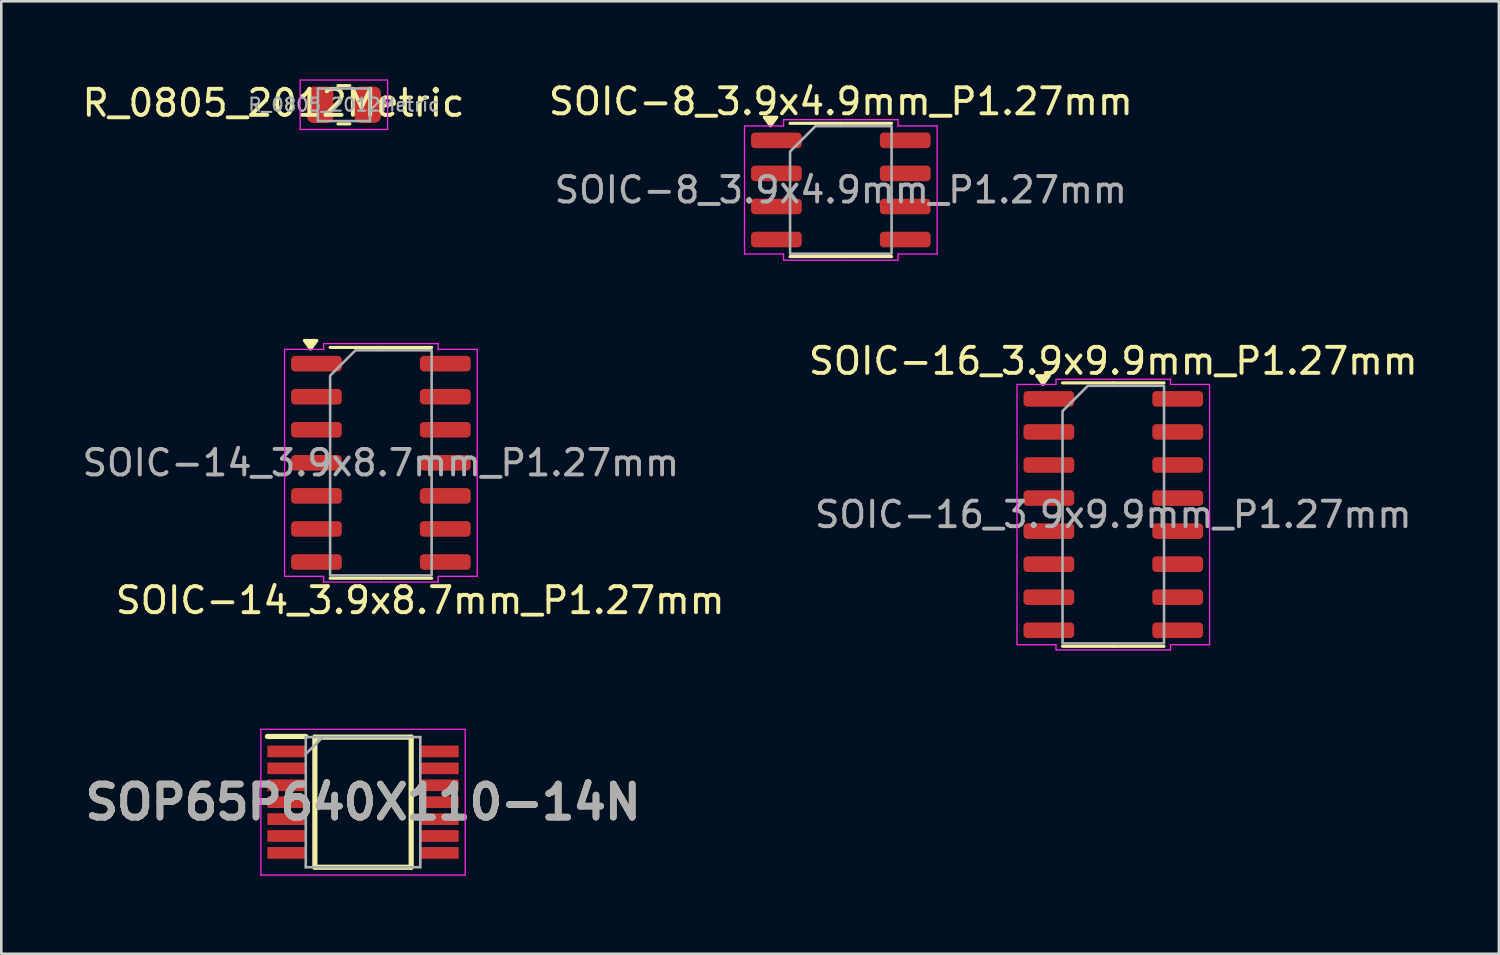
<source format=kicad_pcb>
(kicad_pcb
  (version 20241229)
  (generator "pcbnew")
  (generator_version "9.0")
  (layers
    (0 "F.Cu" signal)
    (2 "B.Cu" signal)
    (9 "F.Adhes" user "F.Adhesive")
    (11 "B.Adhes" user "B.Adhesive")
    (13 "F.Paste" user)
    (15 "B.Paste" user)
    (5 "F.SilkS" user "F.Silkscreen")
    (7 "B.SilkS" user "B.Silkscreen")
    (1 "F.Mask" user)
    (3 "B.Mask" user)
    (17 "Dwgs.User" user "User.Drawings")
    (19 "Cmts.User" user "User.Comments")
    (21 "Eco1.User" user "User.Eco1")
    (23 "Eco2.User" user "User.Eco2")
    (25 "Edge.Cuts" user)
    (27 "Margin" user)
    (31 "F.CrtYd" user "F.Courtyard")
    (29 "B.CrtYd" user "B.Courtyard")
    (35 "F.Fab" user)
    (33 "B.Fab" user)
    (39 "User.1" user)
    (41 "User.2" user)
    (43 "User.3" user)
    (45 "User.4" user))
  (footprint "SOIC-14_3.9x8.7mm_P1.27mm"
    (layer "F.Cu")
    (at 11.584 14.733)
    (property "Reference" "SOIC-14_3.9x8.7mm_P1.27mm" (at 1.51 5.283 0) (layer "F.SilkS") (effects (font (size 1 1) (thickness 0.15))))
    (attr smd)
    (fp_line (start 0 -4.435) (end -1.95 -4.435) (stroke (width 0.12) (type solid)) (layer "F.SilkS"))
    (fp_line (start 0 -4.435) (end 1.95 -4.435) (stroke (width 0.12) (type solid)) (layer "F.SilkS"))
    (fp_line (start 0 4.435) (end -1.95 4.435) (stroke (width 0.12) (type solid)) (layer "F.SilkS"))
    (fp_line (start 0 4.435) (end 1.95 4.435) (stroke (width 0.12) (type solid)) (layer "F.SilkS"))
    (fp_poly (pts (xy -2.7 -4.37) (xy -2.94 -4.7) (xy -2.46 -4.7)) (stroke (width 0.12) (type solid)) (fill yes) (layer "F.SilkS"))
    (fp_line (start -3.7 -4.36) (end -2.2 -4.36) (stroke (width 0.05) (type solid)) (layer "F.CrtYd"))
    (fp_line (start -3.7 4.36) (end -3.7 -4.36) (stroke (width 0.05) (type solid)) (layer "F.CrtYd"))
    (fp_line (start -2.2 -4.58) (end 2.2 -4.58) (stroke (width 0.05) (type solid)) (layer "F.CrtYd"))
    (fp_line (start -2.2 -4.36) (end -2.2 -4.58) (stroke (width 0.05) (type solid)) (layer "F.CrtYd"))
    (fp_line (start -2.2 4.36) (end -3.7 4.36) (stroke (width 0.05) (type solid)) (layer "F.CrtYd"))
    (fp_line (start -2.2 4.58) (end -2.2 4.36) (stroke (width 0.05) (type solid)) (layer "F.CrtYd"))
    (fp_line (start 2.2 -4.58) (end 2.2 -4.36) (stroke (width 0.05) (type solid)) (layer "F.CrtYd"))
    (fp_line (start 2.2 -4.36) (end 3.7 -4.36) (stroke (width 0.05) (type solid)) (layer "F.CrtYd"))
    (fp_line (start 2.2 4.36) (end 2.2 4.58) (stroke (width 0.05) (type solid)) (layer "F.CrtYd"))
    (fp_line (start 2.2 4.58) (end -2.2 4.58) (stroke (width 0.05) (type solid)) (layer "F.CrtYd"))
    (fp_line (start 3.7 -4.36) (end 3.7 4.36) (stroke (width 0.05) (type solid)) (layer "F.CrtYd"))
    (fp_line (start 3.7 4.36) (end 2.2 4.36) (stroke (width 0.05) (type solid)) (layer "F.CrtYd"))
    (fp_poly (pts (xy -1.95 -3.35) (xy -1.95 4.325) (xy 1.95 4.325) (xy 1.95 -4.325) (xy -0.975 -4.325)) (stroke (width 0.1) (type solid)) (fill no) (layer "F.Fab"))
    (fp_text user "${REFERENCE}" (at 0 0 0) (layer "F.Fab") (effects (font (size 0.98 0.98) (thickness 0.15))))
    (pad "1" smd roundrect (at -2.475 -3.81) (size 1.95 0.6) (layers "F.Cu" "F.Mask" "F.Paste") (roundrect_rratio 0.25))
    (pad "2" smd roundrect (at -2.475 -2.54) (size 1.95 0.6) (layers "F.Cu" "F.Mask" "F.Paste") (roundrect_rratio 0.25))
    (pad "3" smd roundrect (at -2.475 -1.27) (size 1.95 0.6) (layers "F.Cu" "F.Mask" "F.Paste") (roundrect_rratio 0.25))
    (pad "4" smd roundrect (at -2.475 0) (size 1.95 0.6) (layers "F.Cu" "F.Mask" "F.Paste") (roundrect_rratio 0.25))
    (pad "5" smd roundrect (at -2.475 1.27) (size 1.95 0.6) (layers "F.Cu" "F.Mask" "F.Paste") (roundrect_rratio 0.25))
    (pad "6" smd roundrect (at -2.475 2.54) (size 1.95 0.6) (layers "F.Cu" "F.Mask" "F.Paste") (roundrect_rratio 0.25))
    (pad "7" smd roundrect (at -2.475 3.81) (size 1.95 0.6) (layers "F.Cu" "F.Mask" "F.Paste") (roundrect_rratio 0.25))
    (pad "8" smd roundrect (at 2.475 3.81) (size 1.95 0.6) (layers "F.Cu" "F.Mask" "F.Paste") (roundrect_rratio 0.25))
    (pad "9" smd roundrect (at 2.475 2.54) (size 1.95 0.6) (layers "F.Cu" "F.Mask" "F.Paste") (roundrect_rratio 0.25))
    (pad "10" smd roundrect (at 2.475 1.27) (size 1.95 0.6) (layers "F.Cu" "F.Mask" "F.Paste") (roundrect_rratio 0.25))
    (pad "11" smd roundrect (at 2.475 0) (size 1.95 0.6) (layers "F.Cu" "F.Mask" "F.Paste") (roundrect_rratio 0.25))
    (pad "12" smd roundrect (at 2.475 -1.27) (size 1.95 0.6) (layers "F.Cu" "F.Mask" "F.Paste") (roundrect_rratio 0.25))
    (pad "13" smd roundrect (at 2.475 -2.54) (size 1.95 0.6) (layers "F.Cu" "F.Mask" "F.Paste") (roundrect_rratio 0.25))
    (pad "14" smd roundrect (at 2.475 -3.81) (size 1.95 0.6) (layers "F.Cu" "F.Mask" "F.Paste") (roundrect_rratio 0.25)))
  (footprint "SOIC-8_3.9x4.9mm_P1.27mm"
    (layer "F.Cu")
    (at 29.256 4.248)
    (property "Reference" "SOIC-8_3.9x4.9mm_P1.27mm" (at 0 -3.4 0) (layer "F.SilkS") (effects (font (size 1 1) (thickness 0.15))))
    (attr smd)
    (fp_line (start 0 -2.56) (end -1.95 -2.56) (stroke (width 0.12) (type solid)) (layer "F.SilkS"))
    (fp_line (start 0 -2.56) (end 1.95 -2.56) (stroke (width 0.12) (type solid)) (layer "F.SilkS"))
    (fp_line (start 0 2.56) (end -1.95 2.56) (stroke (width 0.12) (type solid)) (layer "F.SilkS"))
    (fp_line (start 0 2.56) (end 1.95 2.56) (stroke (width 0.12) (type solid)) (layer "F.SilkS"))
    (fp_poly (pts (xy -2.7 -2.465) (xy -2.94 -2.795) (xy -2.46 -2.795)) (stroke (width 0.12) (type solid)) (fill yes) (layer "F.SilkS"))
    (fp_line (start -3.7 -2.46) (end -2.2 -2.46) (stroke (width 0.05) (type solid)) (layer "F.CrtYd"))
    (fp_line (start -3.7 2.46) (end -3.7 -2.46) (stroke (width 0.05) (type solid)) (layer "F.CrtYd"))
    (fp_line (start -2.2 -2.7) (end 2.2 -2.7) (stroke (width 0.05) (type solid)) (layer "F.CrtYd"))
    (fp_line (start -2.2 -2.46) (end -2.2 -2.7) (stroke (width 0.05) (type solid)) (layer "F.CrtYd"))
    (fp_line (start -2.2 2.46) (end -3.7 2.46) (stroke (width 0.05) (type solid)) (layer "F.CrtYd"))
    (fp_line (start -2.2 2.7) (end -2.2 2.46) (stroke (width 0.05) (type solid)) (layer "F.CrtYd"))
    (fp_line (start 2.2 -2.7) (end 2.2 -2.46) (stroke (width 0.05) (type solid)) (layer "F.CrtYd"))
    (fp_line (start 2.2 -2.46) (end 3.7 -2.46) (stroke (width 0.05) (type solid)) (layer "F.CrtYd"))
    (fp_line (start 2.2 2.46) (end 2.2 2.7) (stroke (width 0.05) (type solid)) (layer "F.CrtYd"))
    (fp_line (start 2.2 2.7) (end -2.2 2.7) (stroke (width 0.05) (type solid)) (layer "F.CrtYd"))
    (fp_line (start 3.7 -2.46) (end 3.7 2.46) (stroke (width 0.05) (type solid)) (layer "F.CrtYd"))
    (fp_line (start 3.7 2.46) (end 2.2 2.46) (stroke (width 0.05) (type solid)) (layer "F.CrtYd"))
    (fp_poly (pts (xy -1.95 -1.475) (xy -1.95 2.45) (xy 1.95 2.45) (xy 1.95 -2.45) (xy -0.975 -2.45)) (stroke (width 0.1) (type solid)) (fill no) (layer "F.Fab"))
    (fp_text user "${REFERENCE}" (at 0 0 0) (layer "F.Fab") (effects (font (size 0.98 0.98) (thickness 0.15))))
    (pad "1" smd roundrect (at -2.475 -1.905) (size 1.95 0.6) (layers "F.Cu" "F.Mask" "F.Paste") (roundrect_rratio 0.25))
    (pad "2" smd roundrect (at -2.475 -0.635) (size 1.95 0.6) (layers "F.Cu" "F.Mask" "F.Paste") (roundrect_rratio 0.25))
    (pad "3" smd roundrect (at -2.475 0.635) (size 1.95 0.6) (layers "F.Cu" "F.Mask" "F.Paste") (roundrect_rratio 0.25))
    (pad "4" smd roundrect (at -2.475 1.905) (size 1.95 0.6) (layers "F.Cu" "F.Mask" "F.Paste") (roundrect_rratio 0.25))
    (pad "5" smd roundrect (at 2.475 1.905) (size 1.95 0.6) (layers "F.Cu" "F.Mask" "F.Paste") (roundrect_rratio 0.25))
    (pad "6" smd roundrect (at 2.475 0.635) (size 1.95 0.6) (layers "F.Cu" "F.Mask" "F.Paste") (roundrect_rratio 0.25))
    (pad "7" smd roundrect (at 2.475 -0.635) (size 1.95 0.6) (layers "F.Cu" "F.Mask" "F.Paste") (roundrect_rratio 0.25))
    (pad "8" smd roundrect (at 2.475 -1.905) (size 1.95 0.6) (layers "F.Cu" "F.Mask" "F.Paste") (roundrect_rratio 0.25)))
  (footprint "SOP65P640X110-14N"
    (layer "F.Cu")
    (at 10.898 27.771)
    (property "Reference" "SOP65P640X110-14N" (at 0 0 0) (layer "F.SilkS") (effects (font (size 1.27 1.27) (thickness 0.254))))
    (attr smd)
    (fp_line (start -3.675 -2.525) (end -2.2 -2.525) (stroke (width 0.2) (type solid)) (layer "F.SilkS"))
    (fp_line (start -1.85 -2.5) (end 1.85 -2.5) (stroke (width 0.2) (type solid)) (layer "F.SilkS"))
    (fp_line (start -1.85 2.5) (end -1.85 -2.5) (stroke (width 0.2) (type solid)) (layer "F.SilkS"))
    (fp_line (start 1.85 -2.5) (end 1.85 2.5) (stroke (width 0.2) (type solid)) (layer "F.SilkS"))
    (fp_line (start 1.85 2.5) (end -1.85 2.5) (stroke (width 0.2) (type solid)) (layer "F.SilkS"))
    (fp_line (start -3.925 -2.8) (end 3.925 -2.8) (stroke (width 0.05) (type solid)) (layer "F.CrtYd"))
    (fp_line (start -3.925 2.8) (end -3.925 -2.8) (stroke (width 0.05) (type solid)) (layer "F.CrtYd"))
    (fp_line (start 3.925 -2.8) (end 3.925 2.8) (stroke (width 0.05) (type solid)) (layer "F.CrtYd"))
    (fp_line (start 3.925 2.8) (end -3.925 2.8) (stroke (width 0.05) (type solid)) (layer "F.CrtYd"))
    (fp_line (start -2.2 -2.5) (end 2.2 -2.5) (stroke (width 0.1) (type solid)) (layer "F.Fab"))
    (fp_line (start -2.2 -1.85) (end -1.55 -2.5) (stroke (width 0.1) (type solid)) (layer "F.Fab"))
    (fp_line (start -2.2 2.5) (end -2.2 -2.5) (stroke (width 0.1) (type solid)) (layer "F.Fab"))
    (fp_line (start 2.2 -2.5) (end 2.2 2.5) (stroke (width 0.1) (type solid)) (layer "F.Fab"))
    (fp_line (start 2.2 2.5) (end -2.2 2.5) (stroke (width 0.1) (type solid)) (layer "F.Fab"))
    (fp_text user "${REFERENCE}" (at 0 0 0) (layer "F.Fab") (effects (font (size 1.27 1.27) (thickness 0.254))))
    (pad "1" smd rect (at -2.938 -1.95 90) (size 0.45 1.475) (layers "F.Cu" "F.Mask" "F.Paste"))
    (pad "2" smd rect (at -2.938 -1.3 90) (size 0.45 1.475) (layers "F.Cu" "F.Mask" "F.Paste"))
    (pad "3" smd rect (at -2.938 -0.65 90) (size 0.45 1.475) (layers "F.Cu" "F.Mask" "F.Paste"))
    (pad "4" smd rect (at -2.938 0 90) (size 0.45 1.475) (layers "F.Cu" "F.Mask" "F.Paste"))
    (pad "5" smd rect (at -2.938 0.65 90) (size 0.45 1.475) (layers "F.Cu" "F.Mask" "F.Paste"))
    (pad "6" smd rect (at -2.938 1.3 90) (size 0.45 1.475) (layers "F.Cu" "F.Mask" "F.Paste"))
    (pad "7" smd rect (at -2.938 1.95 90) (size 0.45 1.475) (layers "F.Cu" "F.Mask" "F.Paste"))
    (pad "8" smd rect (at 2.938 1.95 90) (size 0.45 1.475) (layers "F.Cu" "F.Mask" "F.Paste"))
    (pad "9" smd rect (at 2.938 1.3 90) (size 0.45 1.475) (layers "F.Cu" "F.Mask" "F.Paste"))
    (pad "10" smd rect (at 2.938 0.65 90) (size 0.45 1.475) (layers "F.Cu" "F.Mask" "F.Paste"))
    (pad "11" smd rect (at 2.938 0 90) (size 0.45 1.475) (layers "F.Cu" "F.Mask" "F.Paste"))
    (pad "12" smd rect (at 2.938 -0.65 90) (size 0.45 1.475) (layers "F.Cu" "F.Mask" "F.Paste"))
    (pad "13" smd rect (at 2.938 -1.3 90) (size 0.45 1.475) (layers "F.Cu" "F.Mask" "F.Paste"))
    (pad "14" smd rect (at 2.938 -1.95 90) (size 0.45 1.475) (layers "F.Cu" "F.Mask" "F.Paste")))
  (footprint "SOIC-16_3.9x9.9mm_P1.27mm"
    (layer "F.Cu")
    (at 39.724 16.721)
    (property "Reference" "SOIC-16_3.9x9.9mm_P1.27mm" (at 0 -5.9 0) (layer "F.SilkS") (effects (font (size 1 1) (thickness 0.15))))
    (attr smd)
    (fp_line (start 0 -5.06) (end -1.95 -5.06) (stroke (width 0.12) (type solid)) (layer "F.SilkS"))
    (fp_line (start 0 -5.06) (end 1.95 -5.06) (stroke (width 0.12) (type solid)) (layer "F.SilkS"))
    (fp_line (start 0 5.06) (end -1.95 5.06) (stroke (width 0.12) (type solid)) (layer "F.SilkS"))
    (fp_line (start 0 5.06) (end 1.95 5.06) (stroke (width 0.12) (type solid)) (layer "F.SilkS"))
    (fp_poly (pts (xy -2.7 -5.005) (xy -2.94 -5.335) (xy -2.46 -5.335)) (stroke (width 0.12) (type solid)) (fill yes) (layer "F.SilkS"))
    (fp_line (start -3.7 -5) (end -2.2 -5) (stroke (width 0.05) (type solid)) (layer "F.CrtYd"))
    (fp_line (start -3.7 5) (end -3.7 -5) (stroke (width 0.05) (type solid)) (layer "F.CrtYd"))
    (fp_line (start -2.2 -5.2) (end 2.2 -5.2) (stroke (width 0.05) (type solid)) (layer "F.CrtYd"))
    (fp_line (start -2.2 -5) (end -2.2 -5.2) (stroke (width 0.05) (type solid)) (layer "F.CrtYd"))
    (fp_line (start -2.2 5) (end -3.7 5) (stroke (width 0.05) (type solid)) (layer "F.CrtYd"))
    (fp_line (start -2.2 5.2) (end -2.2 5) (stroke (width 0.05) (type solid)) (layer "F.CrtYd"))
    (fp_line (start 2.2 -5.2) (end 2.2 -5) (stroke (width 0.05) (type solid)) (layer "F.CrtYd"))
    (fp_line (start 2.2 -5) (end 3.7 -5) (stroke (width 0.05) (type solid)) (layer "F.CrtYd"))
    (fp_line (start 2.2 5) (end 2.2 5.2) (stroke (width 0.05) (type solid)) (layer "F.CrtYd"))
    (fp_line (start 2.2 5.2) (end -2.2 5.2) (stroke (width 0.05) (type solid)) (layer "F.CrtYd"))
    (fp_line (start 3.7 -5) (end 3.7 5) (stroke (width 0.05) (type solid)) (layer "F.CrtYd"))
    (fp_line (start 3.7 5) (end 2.2 5) (stroke (width 0.05) (type solid)) (layer "F.CrtYd"))
    (fp_poly (pts (xy -1.95 -3.975) (xy -1.95 4.95) (xy 1.95 4.95) (xy 1.95 -4.95) (xy -0.975 -4.95)) (stroke (width 0.1) (type solid)) (fill no) (layer "F.Fab"))
    (fp_text user "${REFERENCE}" (at 0 0 0) (layer "F.Fab") (effects (font (size 0.98 0.98) (thickness 0.15))))
    (pad "1" smd roundrect (at -2.475 -4.445) (size 1.95 0.6) (layers "F.Cu" "F.Mask" "F.Paste") (roundrect_rratio 0.25))
    (pad "2" smd roundrect (at -2.475 -3.175) (size 1.95 0.6) (layers "F.Cu" "F.Mask" "F.Paste") (roundrect_rratio 0.25))
    (pad "3" smd roundrect (at -2.475 -1.905) (size 1.95 0.6) (layers "F.Cu" "F.Mask" "F.Paste") (roundrect_rratio 0.25))
    (pad "4" smd roundrect (at -2.475 -0.635) (size 1.95 0.6) (layers "F.Cu" "F.Mask" "F.Paste") (roundrect_rratio 0.25))
    (pad "5" smd roundrect (at -2.475 0.635) (size 1.95 0.6) (layers "F.Cu" "F.Mask" "F.Paste") (roundrect_rratio 0.25))
    (pad "6" smd roundrect (at -2.475 1.905) (size 1.95 0.6) (layers "F.Cu" "F.Mask" "F.Paste") (roundrect_rratio 0.25))
    (pad "7" smd roundrect (at -2.475 3.175) (size 1.95 0.6) (layers "F.Cu" "F.Mask" "F.Paste") (roundrect_rratio 0.25))
    (pad "8" smd roundrect (at -2.475 4.445) (size 1.95 0.6) (layers "F.Cu" "F.Mask" "F.Paste") (roundrect_rratio 0.25))
    (pad "9" smd roundrect (at 2.475 4.445) (size 1.95 0.6) (layers "F.Cu" "F.Mask" "F.Paste") (roundrect_rratio 0.25))
    (pad "10" smd roundrect (at 2.475 3.175) (size 1.95 0.6) (layers "F.Cu" "F.Mask" "F.Paste") (roundrect_rratio 0.25))
    (pad "11" smd roundrect (at 2.475 1.905) (size 1.95 0.6) (layers "F.Cu" "F.Mask" "F.Paste") (roundrect_rratio 0.25))
    (pad "12" smd roundrect (at 2.475 0.635) (size 1.95 0.6) (layers "F.Cu" "F.Mask" "F.Paste") (roundrect_rratio 0.25))
    (pad "13" smd roundrect (at 2.475 -0.635) (size 1.95 0.6) (layers "F.Cu" "F.Mask" "F.Paste") (roundrect_rratio 0.25))
    (pad "14" smd roundrect (at 2.475 -1.905) (size 1.95 0.6) (layers "F.Cu" "F.Mask" "F.Paste") (roundrect_rratio 0.25))
    (pad "15" smd roundrect (at 2.475 -3.175) (size 1.95 0.6) (layers "F.Cu" "F.Mask" "F.Paste") (roundrect_rratio 0.25))
    (pad "16" smd roundrect (at 2.475 -4.445) (size 1.95 0.6) (layers "F.Cu" "F.Mask" "F.Paste") (roundrect_rratio 0.25)))
  (footprint "R_0805_2012Metric"
    (layer "F.Cu")
    (at 10.163 0.975)
    (property "Reference" "R_0805_2012Metric" (at -2.705 -0.067 0) (layer "F.SilkS") (effects (font (size 1 1) (thickness 0.15))))
    (attr smd)
    (fp_line (start -0.227 -0.735) (end 0.227 -0.735) (stroke (width 0.12) (type solid)) (layer "F.SilkS"))
    (fp_line (start -0.227 0.735) (end 0.227 0.735) (stroke (width 0.12) (type solid)) (layer "F.SilkS"))
    (fp_line (start -1.68 -0.95) (end 1.68 -0.95) (stroke (width 0.05) (type solid)) (layer "F.CrtYd"))
    (fp_line (start -1.68 0.95) (end -1.68 -0.95) (stroke (width 0.05) (type solid)) (layer "F.CrtYd"))
    (fp_line (start 1.68 -0.95) (end 1.68 0.95) (stroke (width 0.05) (type solid)) (layer "F.CrtYd"))
    (fp_line (start 1.68 0.95) (end -1.68 0.95) (stroke (width 0.05) (type solid)) (layer "F.CrtYd"))
    (fp_line (start -1 -0.625) (end 1 -0.625) (stroke (width 0.1) (type solid)) (layer "F.Fab"))
    (fp_line (start -1 0.625) (end -1 -0.625) (stroke (width 0.1) (type solid)) (layer "F.Fab"))
    (fp_line (start 1 -0.625) (end 1 0.625) (stroke (width 0.1) (type solid)) (layer "F.Fab"))
    (fp_line (start 1 0.625) (end -1 0.625) (stroke (width 0.1) (type solid)) (layer "F.Fab"))
    (fp_text user "${REFERENCE}" (at 0 0 0) (layer "F.Fab") (effects (font (size 0.5 0.5) (thickness 0.08))))
    (pad "1" smd roundrect (at -0.912 0) (size 1.025 1.4) (layers "F.Cu" "F.Mask" "F.Paste") (roundrect_rratio 0.244))
    (pad "2" smd roundrect (at 0.912 0) (size 1.025 1.4) (layers "F.Cu" "F.Mask" "F.Paste") (roundrect_rratio 0.244)))
  (gr_rect
    (start -3 -3)
    (end 54.54 33.596)
    (stroke (width 0.1) (type default))
    (fill no)
    (layer "Edge.Cuts")))
</source>
